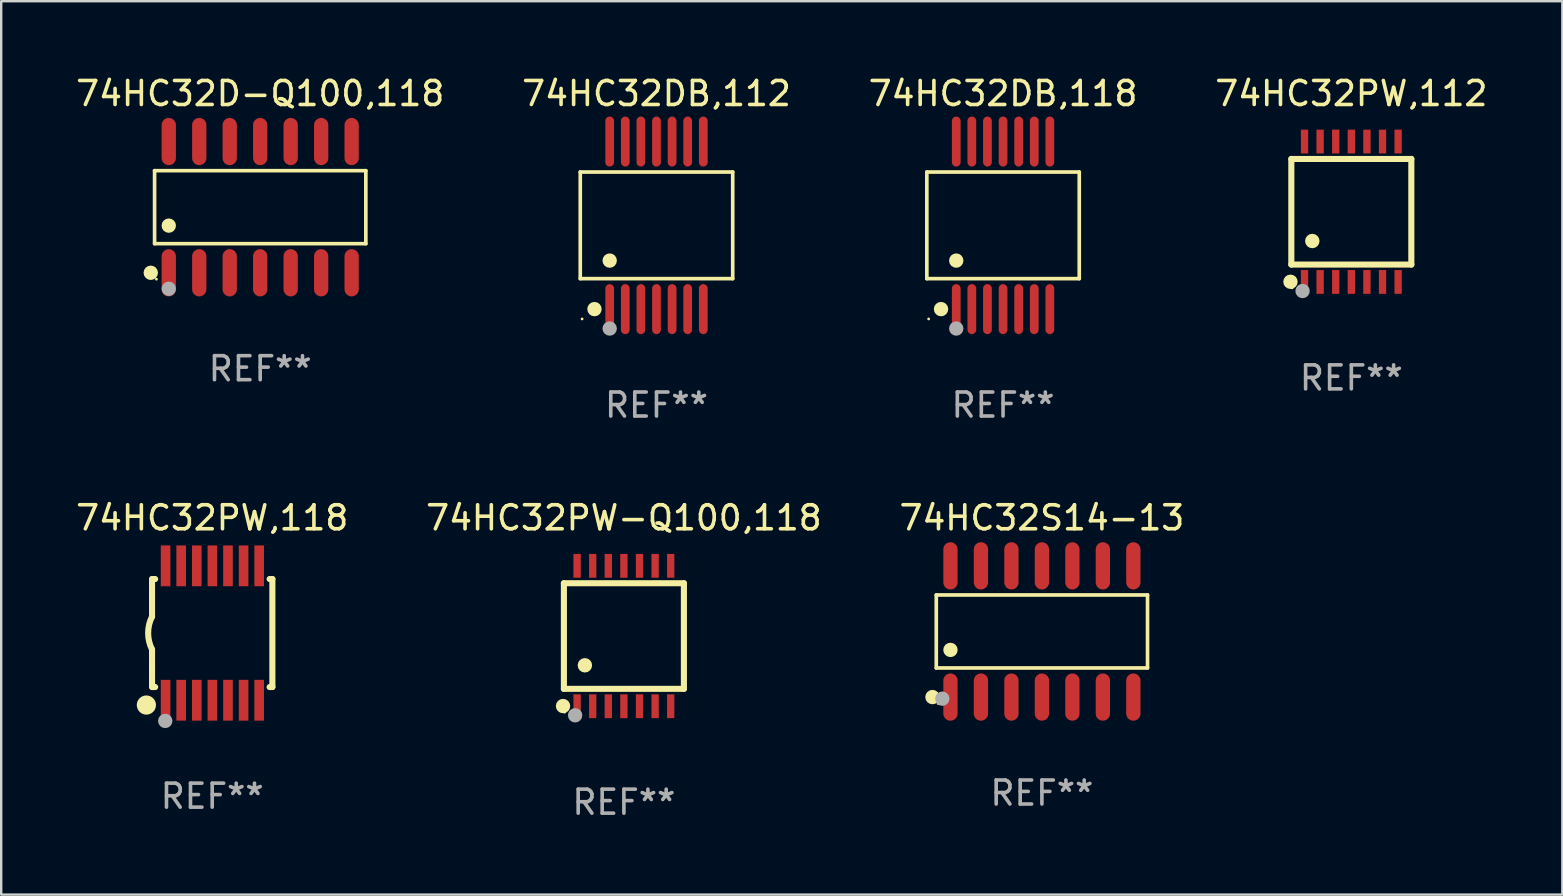
<source format=kicad_pcb>
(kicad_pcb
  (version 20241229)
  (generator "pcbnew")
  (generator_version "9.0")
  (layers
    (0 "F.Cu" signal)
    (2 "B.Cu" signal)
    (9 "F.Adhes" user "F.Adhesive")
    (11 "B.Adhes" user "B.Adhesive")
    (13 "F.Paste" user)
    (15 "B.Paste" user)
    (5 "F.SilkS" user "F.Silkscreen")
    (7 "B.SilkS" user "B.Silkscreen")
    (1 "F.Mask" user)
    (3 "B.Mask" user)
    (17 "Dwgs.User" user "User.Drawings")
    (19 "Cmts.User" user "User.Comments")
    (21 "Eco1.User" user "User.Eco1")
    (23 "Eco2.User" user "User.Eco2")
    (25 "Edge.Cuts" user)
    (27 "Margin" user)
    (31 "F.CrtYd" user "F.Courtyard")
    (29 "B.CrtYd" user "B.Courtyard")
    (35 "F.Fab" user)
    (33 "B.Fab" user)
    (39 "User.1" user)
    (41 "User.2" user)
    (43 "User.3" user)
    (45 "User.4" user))
  (footprint "74HC32PW,112"
    (layer "F.Cu")
    (at 53.256 5.773)
    (property "Reference" "74HC32PW,112" (at 0 -4.925 0) (layer "F.SilkS") (effects (font (size 1 1) (thickness 0.15))))
    (attr through_hole)
    (fp_line (start -2.5 2.2) (end -2.5 -2.2) (stroke (width 0.254) (type solid)) (layer "F.SilkS"))
    (fp_line (start -2.5 2.2) (end 2.5 2.2) (stroke (width 0.254) (type solid)) (layer "F.SilkS"))
    (fp_line (start 2.5 -2.2) (end -2.5 -2.2) (stroke (width 0.254) (type solid)) (layer "F.SilkS"))
    (fp_line (start 2.5 -2.2) (end 2.5 2.2) (stroke (width 0.254) (type solid)) (layer "F.SilkS"))
    (fp_circle (center -2.536 2.917) (end -2.386 2.917) (stroke (width 0.3) (type solid)) (fill no) (layer "F.SilkS"))
    (fp_circle (center -2.47 3.17) (end -2.44 3.17) (stroke (width 0.06) (type solid)) (fill no) (layer "F.SilkS"))
    (fp_circle (center -1.626 1.219) (end -1.475 1.219) (stroke (width 0.3) (type solid)) (fill no) (layer "F.SilkS"))
    (fp_circle (center -2.032 3.302) (end -1.882 3.302) (stroke (width 0.3) (type solid)) (fill no) (layer "F.Fab"))
    (fp_text user "REF**" (at 0 6.925 0) (layer "F.Fab") (effects (font (size 1 1) (thickness 0.15))))
    (pad "1" smd rect (at -1.95 2.925) (size 0.305 0.991) (layers "F.Cu" "F.Mask" "F.Paste"))
    (pad "2" smd rect (at -1.3 2.925) (size 0.305 0.991) (layers "F.Cu" "F.Mask" "F.Paste"))
    (pad "3" smd rect (at -0.65 2.925) (size 0.305 0.991) (layers "F.Cu" "F.Mask" "F.Paste"))
    (pad "4" smd rect (at 0 2.925) (size 0.305 0.991) (layers "F.Cu" "F.Mask" "F.Paste"))
    (pad "5" smd rect (at 0.65 2.925) (size 0.305 0.991) (layers "F.Cu" "F.Mask" "F.Paste"))
    (pad "6" smd rect (at 1.3 2.925) (size 0.305 0.991) (layers "F.Cu" "F.Mask" "F.Paste"))
    (pad "7" smd rect (at 1.95 2.925) (size 0.305 0.991) (layers "F.Cu" "F.Mask" "F.Paste"))
    (pad "8" smd rect (at 1.95 -2.925) (size 0.305 0.991) (layers "F.Cu" "F.Mask" "F.Paste"))
    (pad "9" smd rect (at 1.3 -2.925) (size 0.305 0.991) (layers "F.Cu" "F.Mask" "F.Paste"))
    (pad "10" smd rect (at 0.65 -2.925) (size 0.305 0.991) (layers "F.Cu" "F.Mask" "F.Paste"))
    (pad "11" smd rect (at 0 -2.925) (size 0.305 0.991) (layers "F.Cu" "F.Mask" "F.Paste"))
    (pad "12" smd rect (at -0.65 -2.925) (size 0.305 0.991) (layers "F.Cu" "F.Mask" "F.Paste"))
    (pad "13" smd rect (at -1.3 -2.925) (size 0.305 0.991) (layers "F.Cu" "F.Mask" "F.Paste"))
    (pad "14" smd rect (at -1.95 -2.925) (size 0.305 0.991) (layers "F.Cu" "F.Mask" "F.Paste")))
  (footprint "74HC32PW-Q100,118"
    (layer "F.Cu")
    (at 22.946 23.452)
    (property "Reference" "74HC32PW-Q100,118" (at 0 -4.925 0) (layer "F.SilkS") (effects (font (size 1 1) (thickness 0.15))))
    (attr through_hole)
    (fp_line (start -2.5 2.2) (end -2.5 -2.2) (stroke (width 0.254) (type solid)) (layer "F.SilkS"))
    (fp_line (start -2.5 2.2) (end 2.5 2.2) (stroke (width 0.254) (type solid)) (layer "F.SilkS"))
    (fp_line (start 2.5 -2.2) (end -2.5 -2.2) (stroke (width 0.254) (type solid)) (layer "F.SilkS"))
    (fp_line (start 2.5 -2.2) (end 2.5 2.2) (stroke (width 0.254) (type solid)) (layer "F.SilkS"))
    (fp_circle (center -2.536 2.917) (end -2.386 2.917) (stroke (width 0.3) (type solid)) (fill no) (layer "F.SilkS"))
    (fp_circle (center -2.47 3.17) (end -2.44 3.17) (stroke (width 0.06) (type solid)) (fill no) (layer "F.SilkS"))
    (fp_circle (center -1.626 1.219) (end -1.475 1.219) (stroke (width 0.3) (type solid)) (fill no) (layer "F.SilkS"))
    (fp_circle (center -2.032 3.302) (end -1.882 3.302) (stroke (width 0.3) (type solid)) (fill no) (layer "F.Fab"))
    (fp_text user "REF**" (at 0 6.925 0) (layer "F.Fab") (effects (font (size 1 1) (thickness 0.15))))
    (pad "1" smd rect (at -1.95 2.925) (size 0.305 0.991) (layers "F.Cu" "F.Mask" "F.Paste"))
    (pad "2" smd rect (at -1.3 2.925) (size 0.305 0.991) (layers "F.Cu" "F.Mask" "F.Paste"))
    (pad "3" smd rect (at -0.65 2.925) (size 0.305 0.991) (layers "F.Cu" "F.Mask" "F.Paste"))
    (pad "4" smd rect (at 0 2.925) (size 0.305 0.991) (layers "F.Cu" "F.Mask" "F.Paste"))
    (pad "5" smd rect (at 0.65 2.925) (size 0.305 0.991) (layers "F.Cu" "F.Mask" "F.Paste"))
    (pad "6" smd rect (at 1.3 2.925) (size 0.305 0.991) (layers "F.Cu" "F.Mask" "F.Paste"))
    (pad "7" smd rect (at 1.95 2.925) (size 0.305 0.991) (layers "F.Cu" "F.Mask" "F.Paste"))
    (pad "8" smd rect (at 1.95 -2.925) (size 0.305 0.991) (layers "F.Cu" "F.Mask" "F.Paste"))
    (pad "9" smd rect (at 1.3 -2.925) (size 0.305 0.991) (layers "F.Cu" "F.Mask" "F.Paste"))
    (pad "10" smd rect (at 0.65 -2.925) (size 0.305 0.991) (layers "F.Cu" "F.Mask" "F.Paste"))
    (pad "11" smd rect (at 0 -2.925) (size 0.305 0.991) (layers "F.Cu" "F.Mask" "F.Paste"))
    (pad "12" smd rect (at -0.65 -2.925) (size 0.305 0.991) (layers "F.Cu" "F.Mask" "F.Paste"))
    (pad "13" smd rect (at -1.3 -2.925) (size 0.305 0.991) (layers "F.Cu" "F.Mask" "F.Paste"))
    (pad "14" smd rect (at -1.95 -2.925) (size 0.305 0.991) (layers "F.Cu" "F.Mask" "F.Paste")))
  (footprint "74HC32PW,118"
    (layer "F.Cu")
    (at 5.792 23.327)
    (property "Reference" "74HC32PW,118" (at 0 -4.8 0) (layer "F.SilkS") (effects (font (size 1 1) (thickness 0.15))))
    (attr through_hole)
    (fp_line (start -2.507 -1.6) (end -2.507 -2.25) (stroke (width 0.254) (type solid)) (layer "F.SilkS"))
    (fp_line (start -2.507 -0.686) (end -2.507 -1.6) (stroke (width 0.254) (type solid)) (layer "F.SilkS"))
    (fp_line (start -2.507 1.6) (end -2.507 0.686) (stroke (width 0.254) (type solid)) (layer "F.SilkS"))
    (fp_line (start -2.507 1.6) (end -2.507 2.25) (stroke (width 0.254) (type solid)) (layer "F.SilkS"))
    (fp_line (start -2.493 -2.25) (end -2.377 -2.25) (stroke (width 0.254) (type solid)) (layer "F.SilkS"))
    (fp_line (start -2.377 2.25) (end -2.493 2.25) (stroke (width 0.254) (type solid)) (layer "F.SilkS"))
    (fp_line (start 2.392 -2.25) (end 2.507 -2.25) (stroke (width 0.254) (type solid)) (layer "F.SilkS"))
    (fp_line (start 2.507 -2.25) (end 2.507 2.25) (stroke (width 0.254) (type solid)) (layer "F.SilkS"))
    (fp_line (start 2.507 2.25) (end 2.392 2.25) (stroke (width 0.254) (type solid)) (layer "F.SilkS"))
    (fp_arc (start -2.507303 0.685802) (mid -2.669199 0) (end -2.507303 -0.685801) (stroke (width 0.254001) (type solid)) (layer "F.SilkS"))
    (fp_circle (center -2.743 3) (end -2.543 3) (stroke (width 0.4) (type solid)) (fill no) (layer "F.SilkS"))
    (fp_circle (center -2.493 3.2) (end -2.463 3.2) (stroke (width 0.06) (type solid)) (fill no) (layer "F.SilkS"))
    (fp_circle (center -1.957 3.662) (end -1.807 3.662) (stroke (width 0.3) (type solid)) (fill no) (layer "F.Fab"))
    (fp_text user "REF**" (at 0 6.8 0) (layer "F.Fab") (effects (font (size 1 1) (thickness 0.15))))
    (pad "1" smd rect (at -1.943 2.8) (size 0.4 1.7) (layers "F.Cu" "F.Mask" "F.Paste"))
    (pad "2" smd rect (at -1.293 2.8) (size 0.4 1.7) (layers "F.Cu" "F.Mask" "F.Paste"))
    (pad "3" smd rect (at -0.643 2.8) (size 0.4 1.7) (layers "F.Cu" "F.Mask" "F.Paste"))
    (pad "4" smd rect (at 0.007 2.8) (size 0.4 1.7) (layers "F.Cu" "F.Mask" "F.Paste"))
    (pad "5" smd rect (at 0.657 2.8) (size 0.4 1.7) (layers "F.Cu" "F.Mask" "F.Paste"))
    (pad "6" smd rect (at 1.307 2.8) (size 0.4 1.7) (layers "F.Cu" "F.Mask" "F.Paste"))
    (pad "7" smd rect (at 1.957 2.8) (size 0.4 1.7) (layers "F.Cu" "F.Mask" "F.Paste"))
    (pad "8" smd rect (at 1.957 -2.8) (size 0.4 1.7) (layers "F.Cu" "F.Mask" "F.Paste"))
    (pad "9" smd rect (at 1.307 -2.8) (size 0.4 1.7) (layers "F.Cu" "F.Mask" "F.Paste"))
    (pad "10" smd rect (at 0.657 -2.8) (size 0.4 1.7) (layers "F.Cu" "F.Mask" "F.Paste"))
    (pad "11" smd rect (at 0.007 -2.8) (size 0.4 1.7) (layers "F.Cu" "F.Mask" "F.Paste"))
    (pad "12" smd rect (at -0.643 -2.8) (size 0.4 1.7) (layers "F.Cu" "F.Mask" "F.Paste"))
    (pad "13" smd rect (at -1.293 -2.8) (size 0.4 1.7) (layers "F.Cu" "F.Mask" "F.Paste"))
    (pad "14" smd rect (at -1.943 -2.8) (size 0.4 1.7) (layers "F.Cu" "F.Mask" "F.Paste")))
  (footprint "74HC32S14-13"
    (layer "F.Cu")
    (at 40.363 23.261)
    (property "Reference" "74HC32S14-13" (at 0 -4.734 0) (layer "F.SilkS") (effects (font (size 1 1) (thickness 0.15))))
    (attr through_hole)
    (fp_line (start -4.401 -1.521) (end 4.401 -1.521) (stroke (width 0.152) (type solid)) (layer "F.SilkS"))
    (fp_line (start -4.401 1.521) (end -4.401 -1.521) (stroke (width 0.152) (type solid)) (layer "F.SilkS"))
    (fp_line (start 4.401 -1.521) (end 4.401 1.521) (stroke (width 0.152) (type solid)) (layer "F.SilkS"))
    (fp_line (start 4.401 1.521) (end -4.401 1.521) (stroke (width 0.152) (type solid)) (layer "F.SilkS"))
    (fp_circle (center -4.56 2.734) (end -4.41 2.734) (stroke (width 0.3) (type solid)) (fill no) (layer "F.SilkS"))
    (fp_circle (center -4.325 3) (end -4.295 3) (stroke (width 0.06) (type solid)) (fill no) (layer "F.SilkS"))
    (fp_circle (center -3.81 0.769) (end -3.66 0.769) (stroke (width 0.3) (type solid)) (fill no) (layer "F.SilkS"))
    (fp_circle (center -4.15 2.8) (end -4 2.8) (stroke (width 0.3) (type solid)) (fill no) (layer "F.Fab"))
    (fp_text user "REF**" (at 0 6.734 0) (layer "F.Fab") (effects (font (size 1 1) (thickness 0.15))))
    (pad "1" smd oval (at -3.81 2.734) (size 0.595 1.968) (layers "F.Cu" "F.Mask" "F.Paste"))
    (pad "2" smd oval (at -2.54 2.734) (size 0.595 1.968) (layers "F.Cu" "F.Mask" "F.Paste"))
    (pad "3" smd oval (at -1.27 2.734) (size 0.595 1.968) (layers "F.Cu" "F.Mask" "F.Paste"))
    (pad "4" smd oval (at 0 2.734) (size 0.595 1.968) (layers "F.Cu" "F.Mask" "F.Paste"))
    (pad "5" smd oval (at 1.27 2.734) (size 0.595 1.968) (layers "F.Cu" "F.Mask" "F.Paste"))
    (pad "6" smd oval (at 2.54 2.734) (size 0.595 1.968) (layers "F.Cu" "F.Mask" "F.Paste"))
    (pad "7" smd oval (at 3.81 2.734) (size 0.595 1.968) (layers "F.Cu" "F.Mask" "F.Paste"))
    (pad "8" smd oval (at 3.81 -2.734) (size 0.595 1.968) (layers "F.Cu" "F.Mask" "F.Paste"))
    (pad "9" smd oval (at 2.54 -2.734) (size 0.595 1.968) (layers "F.Cu" "F.Mask" "F.Paste"))
    (pad "10" smd oval (at 1.27 -2.734) (size 0.595 1.968) (layers "F.Cu" "F.Mask" "F.Paste"))
    (pad "11" smd oval (at 0 -2.734) (size 0.595 1.968) (layers "F.Cu" "F.Mask" "F.Paste"))
    (pad "12" smd oval (at -1.27 -2.734) (size 0.595 1.968) (layers "F.Cu" "F.Mask" "F.Paste"))
    (pad "13" smd oval (at -2.54 -2.734) (size 0.595 1.968) (layers "F.Cu" "F.Mask" "F.Paste"))
    (pad "14" smd oval (at -3.81 -2.734) (size 0.595 1.968) (layers "F.Cu" "F.Mask" "F.Paste")))
  (footprint "74HC32D-Q100,118"
    (layer "F.Cu")
    (at 7.792 5.582)
    (property "Reference" "74HC32D-Q100,118" (at 0 -4.734 0) (layer "F.SilkS") (effects (font (size 1 1) (thickness 0.15))))
    (attr through_hole)
    (fp_line (start -4.401 -1.521) (end 4.401 -1.521) (stroke (width 0.152) (type solid)) (layer "F.SilkS"))
    (fp_line (start -4.401 1.521) (end -4.401 -1.521) (stroke (width 0.152) (type solid)) (layer "F.SilkS"))
    (fp_line (start 4.401 -1.521) (end 4.401 1.521) (stroke (width 0.152) (type solid)) (layer "F.SilkS"))
    (fp_line (start 4.401 1.521) (end -4.401 1.521) (stroke (width 0.152) (type solid)) (layer "F.SilkS"))
    (fp_circle (center -4.56 2.734) (end -4.41 2.734) (stroke (width 0.3) (type solid)) (fill no) (layer "F.SilkS"))
    (fp_circle (center -4.325 3) (end -4.295 3) (stroke (width 0.06) (type solid)) (fill no) (layer "F.SilkS"))
    (fp_circle (center -3.81 0.769) (end -3.66 0.769) (stroke (width 0.3) (type solid)) (fill no) (layer "F.SilkS"))
    (fp_circle (center -3.81 3.4) (end -3.66 3.4) (stroke (width 0.3) (type solid)) (fill no) (layer "F.Fab"))
    (fp_text user "REF**" (at 0 6.734 0) (layer "F.Fab") (effects (font (size 1 1) (thickness 0.15))))
    (pad "1" smd oval (at -3.81 2.734) (size 0.595 1.968) (layers "F.Cu" "F.Mask" "F.Paste"))
    (pad "2" smd oval (at -2.54 2.734) (size 0.595 1.968) (layers "F.Cu" "F.Mask" "F.Paste"))
    (pad "3" smd oval (at -1.27 2.734) (size 0.595 1.968) (layers "F.Cu" "F.Mask" "F.Paste"))
    (pad "4" smd oval (at 0 2.734) (size 0.595 1.968) (layers "F.Cu" "F.Mask" "F.Paste"))
    (pad "5" smd oval (at 1.27 2.734) (size 0.595 1.968) (layers "F.Cu" "F.Mask" "F.Paste"))
    (pad "6" smd oval (at 2.54 2.734) (size 0.595 1.968) (layers "F.Cu" "F.Mask" "F.Paste"))
    (pad "7" smd oval (at 3.81 2.734) (size 0.595 1.968) (layers "F.Cu" "F.Mask" "F.Paste"))
    (pad "8" smd oval (at 3.81 -2.734) (size 0.595 1.968) (layers "F.Cu" "F.Mask" "F.Paste"))
    (pad "9" smd oval (at 2.54 -2.734) (size 0.595 1.968) (layers "F.Cu" "F.Mask" "F.Paste"))
    (pad "10" smd oval (at 1.27 -2.734) (size 0.595 1.968) (layers "F.Cu" "F.Mask" "F.Paste"))
    (pad "11" smd oval (at 0 -2.734) (size 0.595 1.968) (layers "F.Cu" "F.Mask" "F.Paste"))
    (pad "12" smd oval (at -1.27 -2.734) (size 0.595 1.968) (layers "F.Cu" "F.Mask" "F.Paste"))
    (pad "13" smd oval (at -2.54 -2.734) (size 0.595 1.968) (layers "F.Cu" "F.Mask" "F.Paste"))
    (pad "14" smd oval (at -3.81 -2.734) (size 0.595 1.968) (layers "F.Cu" "F.Mask" "F.Paste")))
  (footprint "74HC32DB,112"
    (layer "F.Cu")
    (at 24.304 6.339)
    (property "Reference" "74HC32DB,112" (at 0 -5.491 0) (layer "F.SilkS") (effects (font (size 1 1) (thickness 0.15))))
    (attr through_hole)
    (fp_line (start -3.176 -2.221) (end 3.176 -2.221) (stroke (width 0.152) (type solid)) (layer "F.SilkS"))
    (fp_line (start -3.176 2.221) (end -3.176 -2.221) (stroke (width 0.152) (type solid)) (layer "F.SilkS"))
    (fp_line (start 3.176 -2.221) (end 3.176 2.221) (stroke (width 0.152) (type solid)) (layer "F.SilkS"))
    (fp_line (start 3.176 2.221) (end -3.176 2.221) (stroke (width 0.152) (type solid)) (layer "F.SilkS"))
    (fp_circle (center -3.1 3.9) (end -3.07 3.9) (stroke (width 0.06) (type solid)) (fill no) (layer "F.SilkS"))
    (fp_circle (center -2.584 3.491) (end -2.434 3.491) (stroke (width 0.3) (type solid)) (fill no) (layer "F.SilkS"))
    (fp_circle (center -1.95 1.469) (end -1.8 1.469) (stroke (width 0.3) (type solid)) (fill no) (layer "F.SilkS"))
    (fp_circle (center -1.95 4.3) (end -1.8 4.3) (stroke (width 0.3) (type solid)) (fill no) (layer "F.Fab"))
    (fp_text user "REF**" (at 0 7.491 0) (layer "F.Fab") (effects (font (size 1 1) (thickness 0.15))))
    (pad "1" smd oval (at -1.95 3.491) (size 0.364 2.082) (layers "F.Cu" "F.Mask" "F.Paste"))
    (pad "2" smd oval (at -1.3 3.491) (size 0.364 2.082) (layers "F.Cu" "F.Mask" "F.Paste"))
    (pad "3" smd oval (at -0.65 3.491) (size 0.364 2.082) (layers "F.Cu" "F.Mask" "F.Paste"))
    (pad "4" smd oval (at 0 3.491) (size 0.364 2.082) (layers "F.Cu" "F.Mask" "F.Paste"))
    (pad "5" smd oval (at 0.65 3.491) (size 0.364 2.082) (layers "F.Cu" "F.Mask" "F.Paste"))
    (pad "6" smd oval (at 1.3 3.491) (size 0.364 2.082) (layers "F.Cu" "F.Mask" "F.Paste"))
    (pad "7" smd oval (at 1.95 3.491) (size 0.364 2.082) (layers "F.Cu" "F.Mask" "F.Paste"))
    (pad "8" smd oval (at 1.95 -3.491) (size 0.364 2.082) (layers "F.Cu" "F.Mask" "F.Paste"))
    (pad "9" smd oval (at 1.3 -3.491) (size 0.364 2.082) (layers "F.Cu" "F.Mask" "F.Paste"))
    (pad "10" smd oval (at 0.65 -3.491) (size 0.364 2.082) (layers "F.Cu" "F.Mask" "F.Paste"))
    (pad "11" smd oval (at 0 -3.491) (size 0.364 2.082) (layers "F.Cu" "F.Mask" "F.Paste"))
    (pad "12" smd oval (at -0.65 -3.491) (size 0.364 2.082) (layers "F.Cu" "F.Mask" "F.Paste"))
    (pad "13" smd oval (at -1.3 -3.491) (size 0.364 2.082) (layers "F.Cu" "F.Mask" "F.Paste"))
    (pad "14" smd oval (at -1.95 -3.491) (size 0.364 2.082) (layers "F.Cu" "F.Mask" "F.Paste")))
  (footprint "74HC32DB,118"
    (layer "F.Cu")
    (at 38.744 6.339)
    (property "Reference" "74HC32DB,118" (at 0 -5.491 0) (layer "F.SilkS") (effects (font (size 1 1) (thickness 0.15))))
    (attr through_hole)
    (fp_line (start -3.176 -2.221) (end 3.176 -2.221) (stroke (width 0.152) (type solid)) (layer "F.SilkS"))
    (fp_line (start -3.176 2.221) (end -3.176 -2.221) (stroke (width 0.152) (type solid)) (layer "F.SilkS"))
    (fp_line (start 3.176 -2.221) (end 3.176 2.221) (stroke (width 0.152) (type solid)) (layer "F.SilkS"))
    (fp_line (start 3.176 2.221) (end -3.176 2.221) (stroke (width 0.152) (type solid)) (layer "F.SilkS"))
    (fp_circle (center -3.1 3.9) (end -3.07 3.9) (stroke (width 0.06) (type solid)) (fill no) (layer "F.SilkS"))
    (fp_circle (center -2.584 3.491) (end -2.434 3.491) (stroke (width 0.3) (type solid)) (fill no) (layer "F.SilkS"))
    (fp_circle (center -1.95 1.469) (end -1.8 1.469) (stroke (width 0.3) (type solid)) (fill no) (layer "F.SilkS"))
    (fp_circle (center -1.95 4.3) (end -1.8 4.3) (stroke (width 0.3) (type solid)) (fill no) (layer "F.Fab"))
    (fp_text user "REF**" (at 0 7.491 0) (layer "F.Fab") (effects (font (size 1 1) (thickness 0.15))))
    (pad "1" smd oval (at -1.95 3.491) (size 0.364 2.082) (layers "F.Cu" "F.Mask" "F.Paste"))
    (pad "2" smd oval (at -1.3 3.491) (size 0.364 2.082) (layers "F.Cu" "F.Mask" "F.Paste"))
    (pad "3" smd oval (at -0.65 3.491) (size 0.364 2.082) (layers "F.Cu" "F.Mask" "F.Paste"))
    (pad "4" smd oval (at 0 3.491) (size 0.364 2.082) (layers "F.Cu" "F.Mask" "F.Paste"))
    (pad "5" smd oval (at 0.65 3.491) (size 0.364 2.082) (layers "F.Cu" "F.Mask" "F.Paste"))
    (pad "6" smd oval (at 1.3 3.491) (size 0.364 2.082) (layers "F.Cu" "F.Mask" "F.Paste"))
    (pad "7" smd oval (at 1.95 3.491) (size 0.364 2.082) (layers "F.Cu" "F.Mask" "F.Paste"))
    (pad "8" smd oval (at 1.95 -3.491) (size 0.364 2.082) (layers "F.Cu" "F.Mask" "F.Paste"))
    (pad "9" smd oval (at 1.3 -3.491) (size 0.364 2.082) (layers "F.Cu" "F.Mask" "F.Paste"))
    (pad "10" smd oval (at 0.65 -3.491) (size 0.364 2.082) (layers "F.Cu" "F.Mask" "F.Paste"))
    (pad "11" smd oval (at 0 -3.491) (size 0.364 2.082) (layers "F.Cu" "F.Mask" "F.Paste"))
    (pad "12" smd oval (at -0.65 -3.491) (size 0.364 2.082) (layers "F.Cu" "F.Mask" "F.Paste"))
    (pad "13" smd oval (at -1.3 -3.491) (size 0.364 2.082) (layers "F.Cu" "F.Mask" "F.Paste"))
    (pad "14" smd oval (at -1.95 -3.491) (size 0.364 2.082) (layers "F.Cu" "F.Mask" "F.Paste")))
  (gr_rect
    (start -3 -3)
    (end 62.048 34.225)
    (stroke (width 0.1) (type default))
    (fill no)
    (layer "Edge.Cuts")))
</source>
